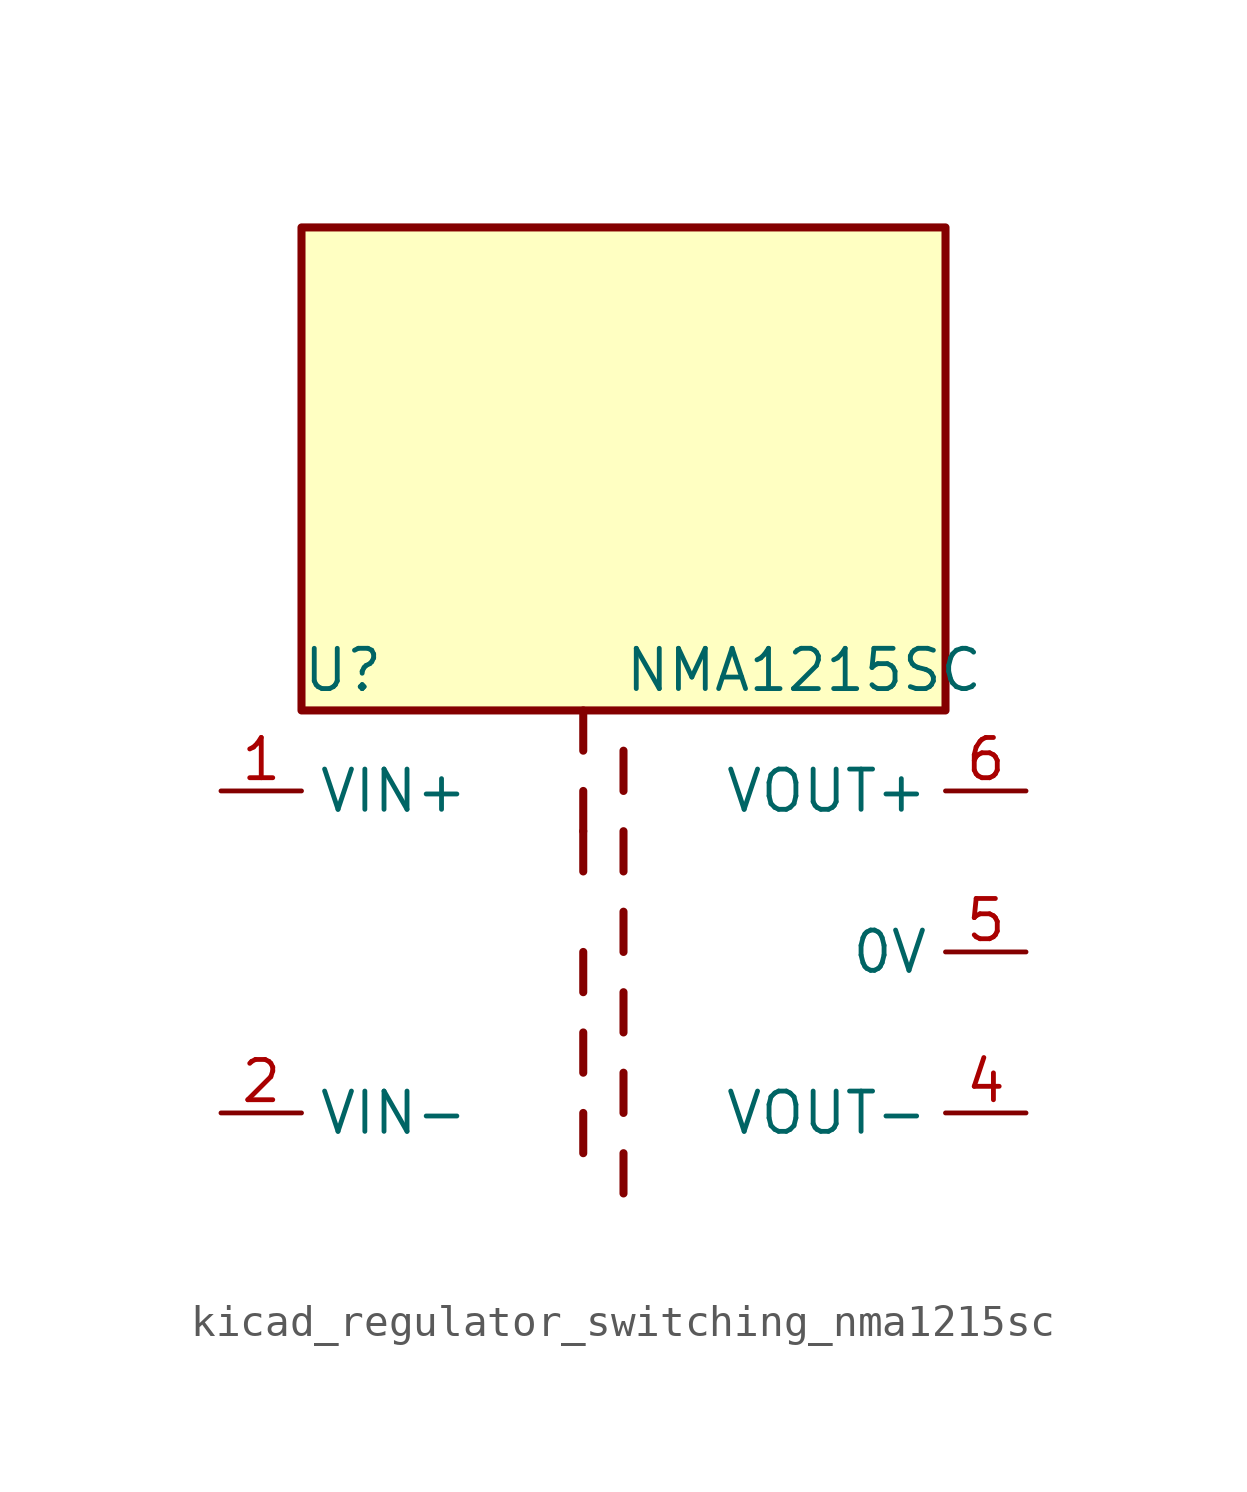
<source format=kicad_sym>
(kicad_symbol_lib
  (version 20220914)
  (generator kicad_symbol_editor)
  (symbol "kicad_regulator_switching_nma1215sc"
    (property "Reference" "U"
      (at -10.16 8.89 0)
      (effects (font (size 1.27 1.27)) (justify left)))
    (property "Value" "NMA1215SC"
      (at 0 8.89 0)
      (effects (font (size 1.27 1.27)) (justify left)))
    (symbol "kicad_regulator_switching_nma1215sc_0_1"
      (polyline (pts (xy -1.27 -5.08) (xy -1.27 -6.35)) (stroke (width 0.254) (type default)) (fill (type none)))
      (polyline (pts (xy -1.27 -2.54) (xy -1.27 -3.81)) (stroke (width 0.254) (type default)) (fill (type none)))
      (polyline (pts (xy -1.27 0) (xy -1.27 -1.27)) (stroke (width 0.254) (type default)) (fill (type none)))
      (polyline (pts (xy -1.27 2.54) (xy -1.27 3.81)) (stroke (width 0.254) (type default)) (fill (type none)))
      (polyline (pts (xy -1.27 5.08) (xy -1.27 3.81)) (stroke (width 0.254) (type default)) (fill (type none)))
      (polyline (pts (xy -1.27 7.62) (xy -1.27 6.35)) (stroke (width 0.254) (type default)) (fill (type none)))
      (polyline (pts (xy 0 -7.62) (xy 0 -6.35)) (stroke (width 0.254) (type default)) (fill (type none)))
      (polyline (pts (xy 0 -5.08) (xy 0 -3.81)) (stroke (width 0.254) (type default)) (fill (type none)))
      (polyline (pts (xy 0 -1.27) (xy 0 -2.54)) (stroke (width 0.254) (type default)) (fill (type none)))
      (polyline (pts (xy 0 0) (xy 0 1.27)) (stroke (width 0.254) (type default)) (fill (type none)))
      (polyline (pts (xy 0 2.54) (xy 0 3.81)) (stroke (width 0.254) (type default)) (fill (type none)))
      (polyline (pts (xy 0 5.08) (xy 0 6.35)) (stroke (width 0.254) (type default)) (fill (type none)))
      (rectangle (start 10.16 22.86) (end -10.16 7.62) (stroke (width 0.254) (type default)) (fill (type background))))
    (symbol "kicad_regulator_switching_nma1215sc_1_1"
      (pin power_in line (at -12.7 5.08 0) (length 2.54) (name "VIN+" (effects (font (size 1.27 1.27)))) (number "1" (effects (font (size 1.27 1.27)))))
      (pin power_in line (at -12.7 -5.08 0) (length 2.54) (name "VIN-" (effects (font (size 1.27 1.27)))) (number "2" (effects (font (size 1.27 1.27)))))
      (pin power_out line (at 12.7 -5.08 180) (length 2.54) (name "VOUT-" (effects (font (size 1.27 1.27)))) (number "4" (effects (font (size 1.27 1.27)))))
      (pin power_out line (at 12.7 0 180) (length 2.54) (name "0V" (effects (font (size 1.27 1.27)))) (number "5" (effects (font (size 1.27 1.27)))))
      (pin power_out line (at 12.7 5.08 180) (length 2.54) (name "VOUT+" (effects (font (size 1.27 1.27)))) (number "6" (effects (font (size 1.27 1.27))))))))
</source>
